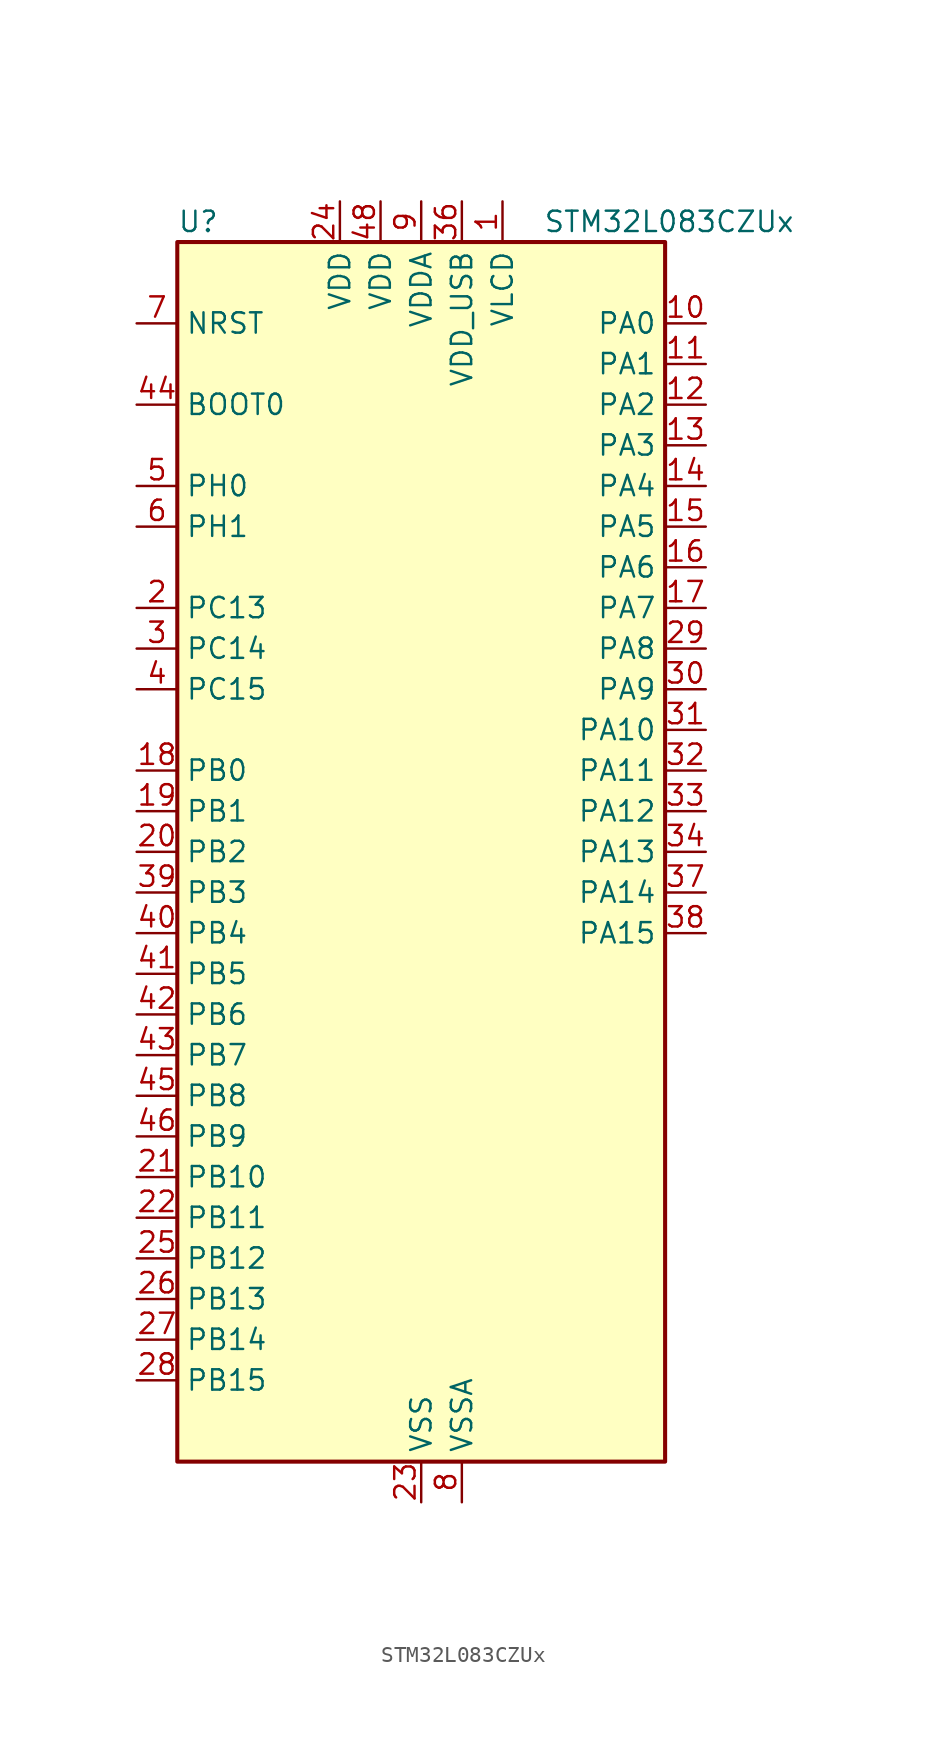
<source format=kicad_sym>
(kicad_symbol_lib
  (version 20241209)
  (generator "kicad_symbol_editor")
  (generator_version "9.0")
  (symbol "STM32L083CZUx"
    (property "Reference" "U"
      (at -15.24 39.37 0)
      (effects (font (size 1.27 1.27)) (justify left)))
    (property "Value" "STM32L083CZUx"
      (at 7.62 39.37 0)
      (effects (font (size 1.27 1.27)) (justify left)))
    (symbol "STM32L083CZUx_0_1"
      (rectangle (start -15.24 -38.1) (end 15.24 38.1) (stroke (width 0.254) (type default)) (fill (type background))))
    (symbol "STM32L083CZUx_1_1"
      (pin input line (at -17.78 33.02 0) (length 2.54) (name "NRST" (effects (font (size 1.27 1.27)))) (number "7" (effects (font (size 1.27 1.27)))))
      (pin input line (at -17.78 27.94 0) (length 2.54) (name "BOOT0" (effects (font (size 1.27 1.27)))) (number "44" (effects (font (size 1.27 1.27)))))
      (pin bidirectional line (at -17.78 22.86 0) (length 2.54) (name "PH0" (effects (font (size 1.27 1.27)))) (number "5" (effects (font (size 1.27 1.27)))) (alternate "CRS_SYNC" bidirectional line) (alternate "RCC_OSC_IN" bidirectional line))
      (pin bidirectional line (at -17.78 20.32 0) (length 2.54) (name "PH1" (effects (font (size 1.27 1.27)))) (number "6" (effects (font (size 1.27 1.27)))) (alternate "RCC_OSC_OUT" bidirectional line))
      (pin bidirectional line (at -17.78 15.24 0) (length 2.54) (name "PC13" (effects (font (size 1.27 1.27)))) (number "2" (effects (font (size 1.27 1.27)))) (alternate "RTC_OUT_ALARM" bidirectional line) (alternate "RTC_OUT_CALIB" bidirectional line) (alternate "RTC_TAMP1" bidirectional line) (alternate "RTC_TS" bidirectional line) (alternate "SYS_WKUP2" bidirectional line))
      (pin bidirectional line (at -17.78 12.7 0) (length 2.54) (name "PC14" (effects (font (size 1.27 1.27)))) (number "3" (effects (font (size 1.27 1.27)))) (alternate "RCC_OSC32_IN" bidirectional line))
      (pin bidirectional line (at -17.78 10.16 0) (length 2.54) (name "PC15" (effects (font (size 1.27 1.27)))) (number "4" (effects (font (size 1.27 1.27)))) (alternate "RCC_OSC32_OUT" bidirectional line))
      (pin bidirectional line (at -17.78 5.08 0) (length 2.54) (name "PB0" (effects (font (size 1.27 1.27)))) (number "18" (effects (font (size 1.27 1.27)))) (alternate "ADC_IN8" bidirectional line) (alternate "LCD_SEG5" bidirectional line) (alternate "LCD_VLCD3" bidirectional line) (alternate "SYS_VREF_OUT_PB0" bidirectional line) (alternate "TIM3_CH3" bidirectional line) (alternate "TSC_G3_IO2" bidirectional line))
      (pin bidirectional line (at -17.78 2.54 0) (length 2.54) (name "PB1" (effects (font (size 1.27 1.27)))) (number "19" (effects (font (size 1.27 1.27)))) (alternate "ADC_IN9" bidirectional line) (alternate "LCD_SEG6" bidirectional line) (alternate "LPUART1_DE" bidirectional line) (alternate "LPUART1_RTS" bidirectional line) (alternate "SYS_VREF_OUT_PB1" bidirectional line) (alternate "TIM3_CH4" bidirectional line) (alternate "TSC_G3_IO3" bidirectional line))
      (pin bidirectional line (at -17.78 0 0) (length 2.54) (name "PB2" (effects (font (size 1.27 1.27)))) (number "20" (effects (font (size 1.27 1.27)))) (alternate "I2C3_SMBA" bidirectional line) (alternate "LCD_VLCD2" bidirectional line) (alternate "LPTIM1_OUT" bidirectional line) (alternate "TSC_G3_IO4" bidirectional line))
      (pin bidirectional line (at -17.78 -2.54 0) (length 2.54) (name "PB3" (effects (font (size 1.27 1.27)))) (number "39" (effects (font (size 1.27 1.27)))) (alternate "COMP2_INM" bidirectional line) (alternate "LCD_SEG7" bidirectional line) (alternate "SPI1_SCK" bidirectional line) (alternate "TIM2_CH2" bidirectional line) (alternate "TSC_G5_IO1" bidirectional line) (alternate "USART1_DE" bidirectional line) (alternate "USART1_RTS" bidirectional line) (alternate "USART5_TX" bidirectional line))
      (pin bidirectional line (at -17.78 -5.08 0) (length 2.54) (name "PB4" (effects (font (size 1.27 1.27)))) (number "40" (effects (font (size 1.27 1.27)))) (alternate "COMP2_INP" bidirectional line) (alternate "I2C3_SDA" bidirectional line) (alternate "LCD_SEG8" bidirectional line) (alternate "SPI1_MISO" bidirectional line) (alternate "TIM22_CH1" bidirectional line) (alternate "TIM3_CH1" bidirectional line) (alternate "TSC_G5_IO2" bidirectional line) (alternate "USART1_CTS" bidirectional line) (alternate "USART5_RX" bidirectional line))
      (pin bidirectional line (at -17.78 -7.62 0) (length 2.54) (name "PB5" (effects (font (size 1.27 1.27)))) (number "41" (effects (font (size 1.27 1.27)))) (alternate "COMP2_INP" bidirectional line) (alternate "I2C1_SMBA" bidirectional line) (alternate "LCD_SEG9" bidirectional line) (alternate "LPTIM1_IN1" bidirectional line) (alternate "SPI1_MOSI" bidirectional line) (alternate "TIM22_CH2" bidirectional line) (alternate "TIM3_CH2" bidirectional line) (alternate "USART1_CK" bidirectional line) (alternate "USART5_CK" bidirectional line) (alternate "USART5_DE" bidirectional line) (alternate "USART5_RTS" bidirectional line))
      (pin bidirectional line (at -17.78 -10.16 0) (length 2.54) (name "PB6" (effects (font (size 1.27 1.27)))) (number "42" (effects (font (size 1.27 1.27)))) (alternate "COMP2_INP" bidirectional line) (alternate "I2C1_SCL" bidirectional line) (alternate "LPTIM1_ETR" bidirectional line) (alternate "TSC_G5_IO3" bidirectional line) (alternate "USART1_TX" bidirectional line))
      (pin bidirectional line (at -17.78 -12.7 0) (length 2.54) (name "PB7" (effects (font (size 1.27 1.27)))) (number "43" (effects (font (size 1.27 1.27)))) (alternate "COMP2_INP" bidirectional line) (alternate "I2C1_SDA" bidirectional line) (alternate "LPTIM1_IN2" bidirectional line) (alternate "SYS_PVD_IN" bidirectional line) (alternate "TSC_G5_IO4" bidirectional line) (alternate "USART1_RX" bidirectional line) (alternate "USART4_CTS" bidirectional line))
      (pin bidirectional line (at -17.78 -15.24 0) (length 2.54) (name "PB8" (effects (font (size 1.27 1.27)))) (number "45" (effects (font (size 1.27 1.27)))) (alternate "I2C1_SCL" bidirectional line) (alternate "LCD_SEG16" bidirectional line) (alternate "TSC_SYNC" bidirectional line))
      (pin bidirectional line (at -17.78 -17.78 0) (length 2.54) (name "PB9" (effects (font (size 1.27 1.27)))) (number "46" (effects (font (size 1.27 1.27)))) (alternate "DAC_EXTI9" bidirectional line) (alternate "I2C1_SDA" bidirectional line) (alternate "I2S2_WS" bidirectional line) (alternate "LCD_COM3" bidirectional line) (alternate "SPI2_NSS" bidirectional line))
      (pin bidirectional line (at -17.78 -20.32 0) (length 2.54) (name "PB10" (effects (font (size 1.27 1.27)))) (number "21" (effects (font (size 1.27 1.27)))) (alternate "I2C2_SCL" bidirectional line) (alternate "LCD_SEG10" bidirectional line) (alternate "LPUART1_RX" bidirectional line) (alternate "LPUART1_TX" bidirectional line) (alternate "SPI2_SCK" bidirectional line) (alternate "TIM2_CH3" bidirectional line) (alternate "TSC_SYNC" bidirectional line))
      (pin bidirectional line (at -17.78 -22.86 0) (length 2.54) (name "PB11" (effects (font (size 1.27 1.27)))) (number "22" (effects (font (size 1.27 1.27)))) (alternate "ADC_EXTI11" bidirectional line) (alternate "I2C2_SDA" bidirectional line) (alternate "LCD_SEG11" bidirectional line) (alternate "LPUART1_RX" bidirectional line) (alternate "LPUART1_TX" bidirectional line) (alternate "TIM2_CH4" bidirectional line) (alternate "TSC_G6_IO1" bidirectional line))
      (pin bidirectional line (at -17.78 -25.4 0) (length 2.54) (name "PB12" (effects (font (size 1.27 1.27)))) (number "25" (effects (font (size 1.27 1.27)))) (alternate "I2S2_WS" bidirectional line) (alternate "LCD_SEG12" bidirectional line) (alternate "LCD_VLCD2" bidirectional line) (alternate "LPUART1_DE" bidirectional line) (alternate "LPUART1_RTS" bidirectional line) (alternate "SPI2_NSS" bidirectional line) (alternate "TSC_G6_IO2" bidirectional line))
      (pin bidirectional line (at -17.78 -27.94 0) (length 2.54) (name "PB13" (effects (font (size 1.27 1.27)))) (number "26" (effects (font (size 1.27 1.27)))) (alternate "I2C2_SCL" bidirectional line) (alternate "I2S2_CK" bidirectional line) (alternate "LCD_SEG13" bidirectional line) (alternate "LPUART1_CTS" bidirectional line) (alternate "RCC_MCO" bidirectional line) (alternate "SPI2_SCK" bidirectional line) (alternate "TIM21_CH1" bidirectional line) (alternate "TSC_G6_IO3" bidirectional line))
      (pin bidirectional line (at -17.78 -30.48 0) (length 2.54) (name "PB14" (effects (font (size 1.27 1.27)))) (number "27" (effects (font (size 1.27 1.27)))) (alternate "I2C2_SDA" bidirectional line) (alternate "I2S2_MCK" bidirectional line) (alternate "LCD_SEG14" bidirectional line) (alternate "LPUART1_DE" bidirectional line) (alternate "LPUART1_RTS" bidirectional line) (alternate "RTC_OUT_ALARM" bidirectional line) (alternate "RTC_OUT_CALIB" bidirectional line) (alternate "SPI2_MISO" bidirectional line) (alternate "TIM21_CH2" bidirectional line) (alternate "TSC_G6_IO4" bidirectional line))
      (pin bidirectional line (at -17.78 -33.02 0) (length 2.54) (name "PB15" (effects (font (size 1.27 1.27)))) (number "28" (effects (font (size 1.27 1.27)))) (alternate "I2S2_SD" bidirectional line) (alternate "LCD_SEG15" bidirectional line) (alternate "RTC_REFIN" bidirectional line) (alternate "SPI2_MOSI" bidirectional line))
      (pin power_in line (at -5.08 40.64 270) (length 2.54) (name "VDD" (effects (font (size 1.27 1.27)))) (number "24" (effects (font (size 1.27 1.27)))))
      (pin power_in line (at -2.54 40.64 270) (length 2.54) (name "VDD" (effects (font (size 1.27 1.27)))) (number "48" (effects (font (size 1.27 1.27)))))
      (pin power_in line (at 0 40.64 270) (length 2.54) (name "VDDA" (effects (font (size 1.27 1.27)))) (number "9" (effects (font (size 1.27 1.27)))))
      (pin power_in line (at 0 -40.64 90) (length 2.54) (name "VSS" (effects (font (size 1.27 1.27)))) (number "23" (effects (font (size 1.27 1.27)))))
      (pin passive line (at 0 -40.64 90) (length 2.54) (hide yes) (name "VSS" (effects (font (size 1.27 1.27)))) (number "35" (effects (font (size 1.27 1.27)))))
      (pin passive line (at 0 -40.64 90) (length 2.54) (hide yes) (name "VSS" (effects (font (size 1.27 1.27)))) (number "47" (effects (font (size 1.27 1.27)))))
      (pin passive line (at 0 -40.64 90) (length 2.54) (hide yes) (name "VSS" (effects (font (size 1.27 1.27)))) (number "49" (effects (font (size 1.27 1.27)))))
      (pin power_in line (at 2.54 40.64 270) (length 2.54) (name "VDD_USB" (effects (font (size 1.27 1.27)))) (number "36" (effects (font (size 1.27 1.27)))))
      (pin power_in line (at 2.54 -40.64 90) (length 2.54) (name "VSSA" (effects (font (size 1.27 1.27)))) (number "8" (effects (font (size 1.27 1.27)))))
      (pin power_in line (at 5.08 40.64 270) (length 2.54) (name "VLCD" (effects (font (size 1.27 1.27)))) (number "1" (effects (font (size 1.27 1.27)))))
      (pin bidirectional line (at 17.78 33.02 180) (length 2.54) (name "PA0" (effects (font (size 1.27 1.27)))) (number "10" (effects (font (size 1.27 1.27)))) (alternate "ADC_IN0" bidirectional line) (alternate "COMP1_INM" bidirectional line) (alternate "COMP1_OUT" bidirectional line) (alternate "RTC_TAMP2" bidirectional line) (alternate "SYS_WKUP1" bidirectional line) (alternate "TIM2_CH1" bidirectional line) (alternate "TIM2_ETR" bidirectional line) (alternate "TSC_G1_IO1" bidirectional line) (alternate "USART2_CTS" bidirectional line) (alternate "USART4_TX" bidirectional line))
      (pin bidirectional line (at 17.78 30.48 180) (length 2.54) (name "PA1" (effects (font (size 1.27 1.27)))) (number "11" (effects (font (size 1.27 1.27)))) (alternate "ADC_IN1" bidirectional line) (alternate "COMP1_INP" bidirectional line) (alternate "LCD_SEG0" bidirectional line) (alternate "TIM21_ETR" bidirectional line) (alternate "TIM2_CH2" bidirectional line) (alternate "TSC_G1_IO2" bidirectional line) (alternate "USART2_DE" bidirectional line) (alternate "USART2_RTS" bidirectional line) (alternate "USART4_RX" bidirectional line))
      (pin bidirectional line (at 17.78 27.94 180) (length 2.54) (name "PA2" (effects (font (size 1.27 1.27)))) (number "12" (effects (font (size 1.27 1.27)))) (alternate "ADC_IN2" bidirectional line) (alternate "COMP2_INM" bidirectional line) (alternate "COMP2_OUT" bidirectional line) (alternate "LCD_SEG1" bidirectional line) (alternate "LPUART1_TX" bidirectional line) (alternate "TIM21_CH1" bidirectional line) (alternate "TIM2_CH3" bidirectional line) (alternate "TSC_G1_IO3" bidirectional line) (alternate "USART2_TX" bidirectional line))
      (pin bidirectional line (at 17.78 25.4 180) (length 2.54) (name "PA3" (effects (font (size 1.27 1.27)))) (number "13" (effects (font (size 1.27 1.27)))) (alternate "ADC_IN3" bidirectional line) (alternate "COMP2_INP" bidirectional line) (alternate "LCD_SEG2" bidirectional line) (alternate "LPUART1_RX" bidirectional line) (alternate "TIM21_CH2" bidirectional line) (alternate "TIM2_CH4" bidirectional line) (alternate "TSC_G1_IO4" bidirectional line) (alternate "USART2_RX" bidirectional line))
      (pin bidirectional line (at 17.78 22.86 180) (length 2.54) (name "PA4" (effects (font (size 1.27 1.27)))) (number "14" (effects (font (size 1.27 1.27)))) (alternate "ADC_IN4" bidirectional line) (alternate "COMP1_INM" bidirectional line) (alternate "COMP2_INM" bidirectional line) (alternate "DAC_OUT1" bidirectional line) (alternate "SPI1_NSS" bidirectional line) (alternate "TIM22_ETR" bidirectional line) (alternate "TSC_G2_IO1" bidirectional line) (alternate "USART2_CK" bidirectional line))
      (pin bidirectional line (at 17.78 20.32 180) (length 2.54) (name "PA5" (effects (font (size 1.27 1.27)))) (number "15" (effects (font (size 1.27 1.27)))) (alternate "ADC_IN5" bidirectional line) (alternate "COMP1_INM" bidirectional line) (alternate "COMP2_INM" bidirectional line) (alternate "DAC_OUT2" bidirectional line) (alternate "SPI1_SCK" bidirectional line) (alternate "TIM2_CH1" bidirectional line) (alternate "TIM2_ETR" bidirectional line) (alternate "TSC_G2_IO2" bidirectional line))
      (pin bidirectional line (at 17.78 17.78 180) (length 2.54) (name "PA6" (effects (font (size 1.27 1.27)))) (number "16" (effects (font (size 1.27 1.27)))) (alternate "ADC_IN6" bidirectional line) (alternate "COMP1_OUT" bidirectional line) (alternate "LCD_SEG3" bidirectional line) (alternate "LPUART1_CTS" bidirectional line) (alternate "SPI1_MISO" bidirectional line) (alternate "TIM22_CH1" bidirectional line) (alternate "TIM3_CH1" bidirectional line) (alternate "TSC_G2_IO3" bidirectional line))
      (pin bidirectional line (at 17.78 15.24 180) (length 2.54) (name "PA7" (effects (font (size 1.27 1.27)))) (number "17" (effects (font (size 1.27 1.27)))) (alternate "ADC_IN7" bidirectional line) (alternate "COMP2_OUT" bidirectional line) (alternate "LCD_SEG4" bidirectional line) (alternate "SPI1_MOSI" bidirectional line) (alternate "TIM22_CH2" bidirectional line) (alternate "TIM3_CH2" bidirectional line) (alternate "TSC_G2_IO4" bidirectional line))
      (pin bidirectional line (at 17.78 12.7 180) (length 2.54) (name "PA8" (effects (font (size 1.27 1.27)))) (number "29" (effects (font (size 1.27 1.27)))) (alternate "CRS_SYNC" bidirectional line) (alternate "I2C3_SCL" bidirectional line) (alternate "LCD_COM0" bidirectional line) (alternate "RCC_MCO" bidirectional line) (alternate "USART1_CK" bidirectional line))
      (pin bidirectional line (at 17.78 10.16 180) (length 2.54) (name "PA9" (effects (font (size 1.27 1.27)))) (number "30" (effects (font (size 1.27 1.27)))) (alternate "DAC_EXTI9" bidirectional line) (alternate "I2C1_SCL" bidirectional line) (alternate "I2C3_SMBA" bidirectional line) (alternate "LCD_COM1" bidirectional line) (alternate "RCC_MCO" bidirectional line) (alternate "TSC_G4_IO1" bidirectional line) (alternate "USART1_TX" bidirectional line))
      (pin bidirectional line (at 17.78 7.62 180) (length 2.54) (name "PA10" (effects (font (size 1.27 1.27)))) (number "31" (effects (font (size 1.27 1.27)))) (alternate "I2C1_SDA" bidirectional line) (alternate "LCD_COM2" bidirectional line) (alternate "TSC_G4_IO2" bidirectional line) (alternate "USART1_RX" bidirectional line))
      (pin bidirectional line (at 17.78 5.08 180) (length 2.54) (name "PA11" (effects (font (size 1.27 1.27)))) (number "32" (effects (font (size 1.27 1.27)))) (alternate "ADC_EXTI11" bidirectional line) (alternate "COMP1_OUT" bidirectional line) (alternate "SPI1_MISO" bidirectional line) (alternate "TSC_G4_IO3" bidirectional line) (alternate "USART1_CTS" bidirectional line) (alternate "USB_DM" bidirectional line))
      (pin bidirectional line (at 17.78 2.54 180) (length 2.54) (name "PA12" (effects (font (size 1.27 1.27)))) (number "33" (effects (font (size 1.27 1.27)))) (alternate "COMP2_OUT" bidirectional line) (alternate "SPI1_MOSI" bidirectional line) (alternate "TSC_G4_IO4" bidirectional line) (alternate "USART1_DE" bidirectional line) (alternate "USART1_RTS" bidirectional line) (alternate "USB_DP" bidirectional line))
      (pin bidirectional line (at 17.78 0 180) (length 2.54) (name "PA13" (effects (font (size 1.27 1.27)))) (number "34" (effects (font (size 1.27 1.27)))) (alternate "LPUART1_RX" bidirectional line) (alternate "SYS_SWDIO" bidirectional line) (alternate "USB_NOE" bidirectional line))
      (pin bidirectional line (at 17.78 -2.54 180) (length 2.54) (name "PA14" (effects (font (size 1.27 1.27)))) (number "37" (effects (font (size 1.27 1.27)))) (alternate "LPUART1_TX" bidirectional line) (alternate "SYS_SWCLK" bidirectional line) (alternate "USART2_TX" bidirectional line))
      (pin bidirectional line (at 17.78 -5.08 180) (length 2.54) (name "PA15" (effects (font (size 1.27 1.27)))) (number "38" (effects (font (size 1.27 1.27)))) (alternate "LCD_SEG17" bidirectional line) (alternate "SPI1_NSS" bidirectional line) (alternate "TIM2_CH1" bidirectional line) (alternate "TIM2_ETR" bidirectional line) (alternate "USART2_RX" bidirectional line) (alternate "USART4_DE" bidirectional line) (alternate "USART4_RTS" bidirectional line)))))
</source>
